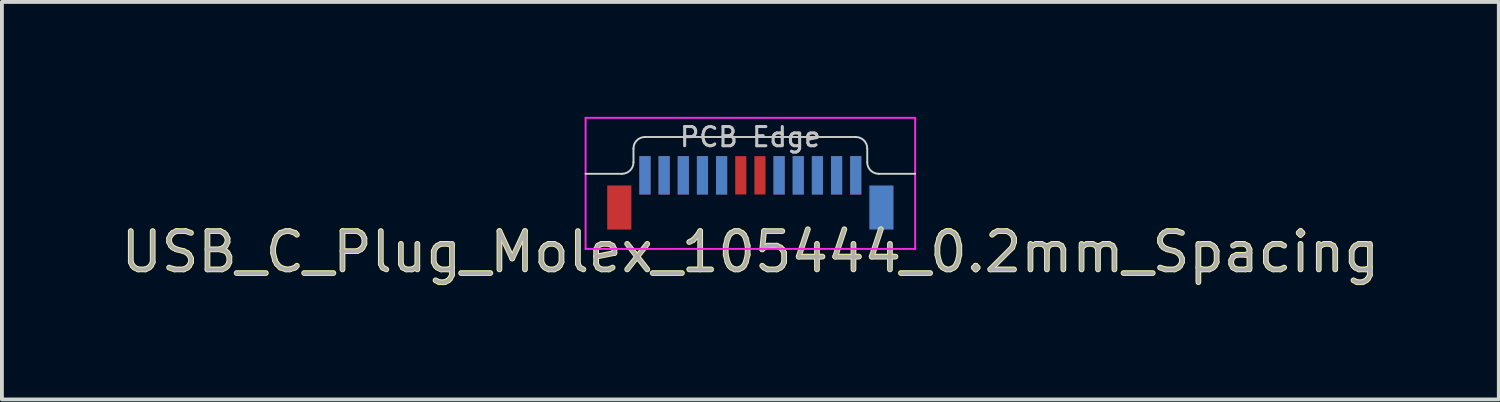
<source format=kicad_pcb>
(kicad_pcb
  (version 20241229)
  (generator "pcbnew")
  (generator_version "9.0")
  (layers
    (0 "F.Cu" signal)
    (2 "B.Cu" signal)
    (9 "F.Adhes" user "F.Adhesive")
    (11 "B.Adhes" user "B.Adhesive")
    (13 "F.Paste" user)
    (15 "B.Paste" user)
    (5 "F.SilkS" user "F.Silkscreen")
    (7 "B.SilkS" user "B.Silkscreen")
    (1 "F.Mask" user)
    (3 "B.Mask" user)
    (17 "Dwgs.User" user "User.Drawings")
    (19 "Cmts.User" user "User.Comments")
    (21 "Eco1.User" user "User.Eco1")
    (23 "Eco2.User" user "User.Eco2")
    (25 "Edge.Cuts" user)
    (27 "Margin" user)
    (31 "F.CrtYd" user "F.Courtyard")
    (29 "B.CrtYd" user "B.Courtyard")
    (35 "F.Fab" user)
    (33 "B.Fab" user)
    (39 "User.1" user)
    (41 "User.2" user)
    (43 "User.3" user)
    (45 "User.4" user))
  (footprint "USB_C_Plug_Molex_105444_0.2mm_Spacing"
    (layer "F.Cu")
    (at 16.53 1.485)
    (property "Reference" "USB_C_Plug_Molex_105444_0.2mm_Spacing" (at 0 2.04 0) (layer "F.SilkS") (effects (font (size 1 1) (thickness 0.15))))
    (attr smd)
    (fp_line (start -3.35 0) (end -4.3 0) (stroke (width 0.1) (type solid)) (layer "Eco1.User"))
    (fp_line (start -3.05 -0.66) (end -3.05 -0.3) (stroke (width 0.1) (type solid)) (layer "Eco1.User"))
    (fp_line (start -2.75 -0.96) (end 2.75 -0.96) (stroke (width 0.1) (type solid)) (layer "Eco1.User"))
    (fp_line (start 3.05 -0.66) (end 3.05 -0.3) (stroke (width 0.1) (type solid)) (layer "Eco1.User"))
    (fp_line (start 3.35 0) (end 4.3 0) (stroke (width 0.1) (type solid)) (layer "Eco1.User"))
    (fp_arc (start -3.05 -0.66) (mid -2.962132 -0.872132) (end -2.75 -0.96) (stroke (width 0.1) (type solid)) (layer "Eco1.User"))
    (fp_arc (start -3.05 -0.3) (mid -3.137868 -0.087868) (end -3.35 0) (stroke (width 0.1) (type solid)) (layer "Eco1.User"))
    (fp_arc (start 2.75 -0.96) (mid 2.962132 -0.872132) (end 3.05 -0.66) (stroke (width 0.1) (type solid)) (layer "Eco1.User"))
    (fp_arc (start 3.35 0) (mid 3.137868 -0.087868) (end 3.05 -0.3) (stroke (width 0.1) (type solid)) (layer "Eco1.User"))
    (fp_line (start -3.35 0) (end -4.3 0) (stroke (width 0.05) (type solid)) (layer "Edge.Cuts"))
    (fp_line (start -3.05 -0.66) (end -3.05 -0.3) (stroke (width 0.05) (type solid)) (layer "Edge.Cuts"))
    (fp_line (start -2.75 -0.96) (end 2.75 -0.96) (stroke (width 0.05) (type solid)) (layer "Edge.Cuts"))
    (fp_line (start 3.05 -0.66) (end 3.05 -0.3) (stroke (width 0.05) (type solid)) (layer "Edge.Cuts"))
    (fp_line (start 3.35 0) (end 4.3 0) (stroke (width 0.05) (type solid)) (layer "Edge.Cuts"))
    (fp_arc (start -3.05 -0.66) (mid -2.962132 -0.872132) (end -2.75 -0.96) (stroke (width 0.05) (type solid)) (layer "Edge.Cuts"))
    (fp_arc (start -3.05 -0.3) (mid -3.137868 -0.087868) (end -3.35 0) (stroke (width 0.05) (type solid)) (layer "Edge.Cuts"))
    (fp_arc (start 2.75 -0.96) (mid 2.962132 -0.872132) (end 3.05 -0.66) (stroke (width 0.05) (type solid)) (layer "Edge.Cuts"))
    (fp_arc (start 3.35 0) (mid 3.137868 -0.087868) (end 3.05 -0.3) (stroke (width 0.05) (type solid)) (layer "Edge.Cuts"))
    (fp_line (start -4.3 1.96) (end -4.3 -1.46) (stroke (width 0.05) (type solid)) (layer "F.CrtYd"))
    (fp_line (start 4.3 -1.46) (end -4.3 -1.46) (stroke (width 0.05) (type solid)) (layer "F.CrtYd"))
    (fp_line (start 4.3 1.96) (end -4.3 1.96) (stroke (width 0.05) (type solid)) (layer "F.CrtYd"))
    (fp_line (start 4.3 1.96) (end 4.3 -1.46) (stroke (width 0.05) (type solid)) (layer "F.CrtYd"))
    (fp_text user "PCB Edge" (at 0 -0.96 0) (layer "Dwgs.User") (effects (font (size 0.5 0.5) (thickness 0.08))))
    (fp_text user "${REFERENCE}" (at 0 2.04 0) (layer "F.Fab") (effects (font (size 1 1) (thickness 0.1))))
    (pad "A1" smd rect (at -2.75 0.04) (size 0.29 1) (layers "F.Cu" "F.Mask" "F.Paste"))
    (pad "A2" smd rect (at -2.25 0.04) (size 0.29 1) (layers "F.Cu" "F.Mask" "F.Paste"))
    (pad "A3" smd rect (at -1.75 0.04) (size 0.29 1) (layers "F.Cu" "F.Mask" "F.Paste"))
    (pad "A4" smd rect (at -1.25 0.04) (size 0.29 1) (layers "F.Cu" "F.Mask" "F.Paste"))
    (pad "A5" smd rect (at -0.75 0.04) (size 0.29 1) (layers "F.Cu" "F.Mask" "F.Paste"))
    (pad "A6" smd rect (at -0.25 0.04) (size 0.29 1) (layers "F.Cu" "F.Mask" "F.Paste"))
    (pad "A7" smd rect (at 0.25 0.04) (size 0.29 1) (layers "F.Cu" "F.Mask" "F.Paste"))
    (pad "A8" smd rect (at 0.75 0.04) (size 0.29 1) (layers "F.Cu" "F.Mask" "F.Paste"))
    (pad "A9" smd rect (at 1.25 0.04) (size 0.29 1) (layers "F.Cu" "F.Mask" "F.Paste"))
    (pad "A10" smd rect (at 1.75 0.04) (size 0.29 1) (layers "F.Cu" "F.Mask" "F.Paste"))
    (pad "A11" smd rect (at 2.25 0.04) (size 0.29 1) (layers "F.Cu" "F.Mask" "F.Paste"))
    (pad "A12" smd rect (at 2.75 0.04) (size 0.29 1) (layers "F.Cu" "F.Mask" "F.Paste"))
    (pad "B1" smd rect (at 2.75 0.04) (size 0.29 1) (layers "B.Cu" "B.Mask" "B.Paste"))
    (pad "B2" smd rect (at 2.25 0.04) (size 0.29 1) (layers "B.Cu" "B.Mask" "B.Paste"))
    (pad "B3" smd rect (at 1.75 0.04) (size 0.29 1) (layers "B.Cu" "B.Mask" "B.Paste"))
    (pad "B4" smd rect (at 1.25 0.04) (size 0.29 1) (layers "B.Cu" "B.Mask" "B.Paste"))
    (pad "B5" smd rect (at 0.75 0.04) (size 0.29 1) (layers "B.Cu" "B.Mask" "B.Paste"))
    (pad "B8" smd rect (at -0.75 0.04) (size 0.29 1) (layers "B.Cu" "B.Mask" "B.Paste"))
    (pad "B9" smd rect (at -1.25 0.04) (size 0.29 1) (layers "B.Cu" "B.Mask" "B.Paste"))
    (pad "B10" smd rect (at -1.75 0.04) (size 0.29 1) (layers "B.Cu" "B.Mask" "B.Paste"))
    (pad "B11" smd rect (at -2.25 0.04) (size 0.29 1) (layers "B.Cu" "B.Mask" "B.Paste"))
    (pad "B12" smd rect (at -2.75 0.04) (size 0.29 1) (layers "B.Cu" "B.Mask" "B.Paste"))
    (pad "S1" smd rect (at -3.42 0.88) (size 0.63 1.15) (layers "F.Cu" "F.Mask" "F.Paste"))
    (pad "S1" smd rect (at 3.42 0.88) (size 0.63 1.15) (layers "B.Cu" "B.Mask" "B.Paste")))
  (gr_rect
    (start -3 -3)
    (end 36.06 7.373)
    (stroke (width 0.1) (type default))
    (fill no)
    (layer "Edge.Cuts")))
</source>
